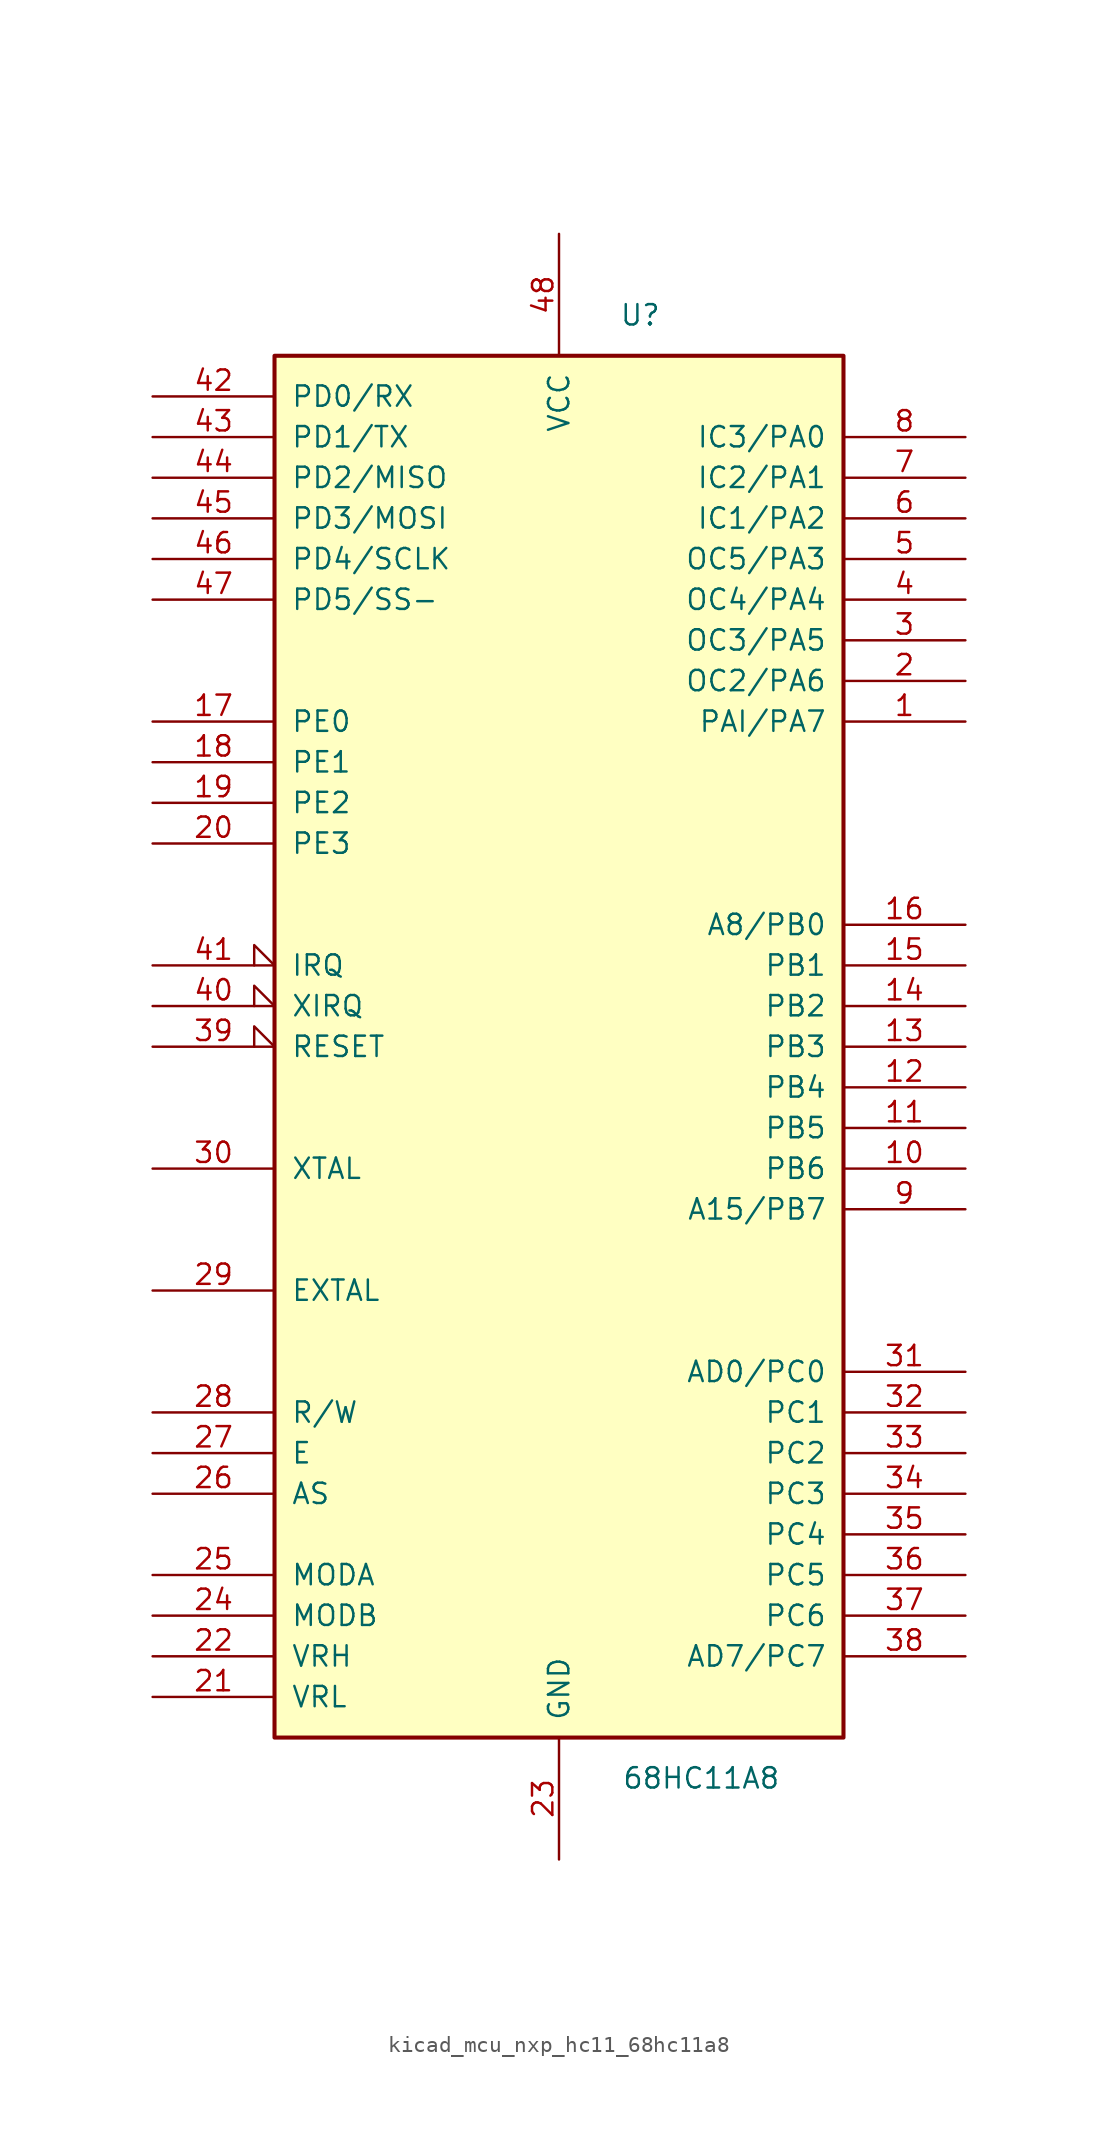
<source format=kicad_sym>
(kicad_symbol_lib
  (version 20220914)
  (generator kicad_symbol_editor)
  (symbol "kicad_mcu_nxp_hc11_68hc11a8"
    (pin_names
      (offset 1.016))
    (property "Reference" "U"
      (at 5.08 45.72 0)
      (effects (font (size 1.27 1.27))))
    (property "Value" "68HC11A8"
      (at 8.89 -45.72 0)
      (effects (font (size 1.27 1.27))))
    (symbol "kicad_mcu_nxp_hc11_68hc11a8_0_1"
      (rectangle (start -17.78 -43.18) (end 17.78 43.18) (stroke (width 0.254) (type default)) (fill (type background))))
    (symbol "kicad_mcu_nxp_hc11_68hc11a8_1_1"
      (pin input line (at 25.4 20.32 180) (length 7.62) (name "PAI/PA7" (effects (font (size 1.27 1.27)))) (number "1" (effects (font (size 1.27 1.27)))))
      (pin output line (at 25.4 -7.62 180) (length 7.62) (name "PB6" (effects (font (size 1.27 1.27)))) (number "10" (effects (font (size 1.27 1.27)))))
      (pin output line (at 25.4 -5.08 180) (length 7.62) (name "PB5" (effects (font (size 1.27 1.27)))) (number "11" (effects (font (size 1.27 1.27)))))
      (pin output line (at 25.4 -2.54 180) (length 7.62) (name "PB4" (effects (font (size 1.27 1.27)))) (number "12" (effects (font (size 1.27 1.27)))))
      (pin output line (at 25.4 0 180) (length 7.62) (name "PB3" (effects (font (size 1.27 1.27)))) (number "13" (effects (font (size 1.27 1.27)))))
      (pin output line (at 25.4 2.54 180) (length 7.62) (name "PB2" (effects (font (size 1.27 1.27)))) (number "14" (effects (font (size 1.27 1.27)))))
      (pin output line (at 25.4 5.08 180) (length 7.62) (name "PB1" (effects (font (size 1.27 1.27)))) (number "15" (effects (font (size 1.27 1.27)))))
      (pin output line (at 25.4 7.62 180) (length 7.62) (name "A8/PB0" (effects (font (size 1.27 1.27)))) (number "16" (effects (font (size 1.27 1.27)))))
      (pin input line (at -25.4 20.32 0) (length 7.62) (name "PE0" (effects (font (size 1.27 1.27)))) (number "17" (effects (font (size 1.27 1.27)))))
      (pin input line (at -25.4 17.78 0) (length 7.62) (name "PE1" (effects (font (size 1.27 1.27)))) (number "18" (effects (font (size 1.27 1.27)))))
      (pin input line (at -25.4 15.24 0) (length 7.62) (name "PE2" (effects (font (size 1.27 1.27)))) (number "19" (effects (font (size 1.27 1.27)))))
      (pin output line (at 25.4 22.86 180) (length 7.62) (name "OC2/PA6" (effects (font (size 1.27 1.27)))) (number "2" (effects (font (size 1.27 1.27)))))
      (pin input line (at -25.4 12.7 0) (length 7.62) (name "PE3" (effects (font (size 1.27 1.27)))) (number "20" (effects (font (size 1.27 1.27)))))
      (pin passive line (at -25.4 -40.64 0) (length 7.62) (name "VRL" (effects (font (size 1.27 1.27)))) (number "21" (effects (font (size 1.27 1.27)))))
      (pin passive line (at -25.4 -38.1 0) (length 7.62) (name "VRH" (effects (font (size 1.27 1.27)))) (number "22" (effects (font (size 1.27 1.27)))))
      (pin power_in line (at 0 -50.8 90) (length 7.62) (name "GND" (effects (font (size 1.27 1.27)))) (number "23" (effects (font (size 1.27 1.27)))))
      (pin input line (at -25.4 -35.56 0) (length 7.62) (name "MODB" (effects (font (size 1.27 1.27)))) (number "24" (effects (font (size 1.27 1.27)))))
      (pin input line (at -25.4 -33.02 0) (length 7.62) (name "MODA" (effects (font (size 1.27 1.27)))) (number "25" (effects (font (size 1.27 1.27)))))
      (pin output line (at -25.4 -27.94 0) (length 7.62) (name "AS" (effects (font (size 1.27 1.27)))) (number "26" (effects (font (size 1.27 1.27)))))
      (pin output line (at -25.4 -25.4 0) (length 7.62) (name "E" (effects (font (size 1.27 1.27)))) (number "27" (effects (font (size 1.27 1.27)))))
      (pin output line (at -25.4 -22.86 0) (length 7.62) (name "R/W" (effects (font (size 1.27 1.27)))) (number "28" (effects (font (size 1.27 1.27)))))
      (pin input line (at -25.4 -15.24 0) (length 7.62) (name "EXTAL" (effects (font (size 1.27 1.27)))) (number "29" (effects (font (size 1.27 1.27)))))
      (pin output line (at 25.4 25.4 180) (length 7.62) (name "OC3/PA5" (effects (font (size 1.27 1.27)))) (number "3" (effects (font (size 1.27 1.27)))))
      (pin output line (at -25.4 -7.62 0) (length 7.62) (name "XTAL" (effects (font (size 1.27 1.27)))) (number "30" (effects (font (size 1.27 1.27)))))
      (pin tri_state line (at 25.4 -20.32 180) (length 7.62) (name "AD0/PC0" (effects (font (size 1.27 1.27)))) (number "31" (effects (font (size 1.27 1.27)))))
      (pin tri_state line (at 25.4 -22.86 180) (length 7.62) (name "PC1" (effects (font (size 1.27 1.27)))) (number "32" (effects (font (size 1.27 1.27)))))
      (pin tri_state line (at 25.4 -25.4 180) (length 7.62) (name "PC2" (effects (font (size 1.27 1.27)))) (number "33" (effects (font (size 1.27 1.27)))))
      (pin tri_state line (at 25.4 -27.94 180) (length 7.62) (name "PC3" (effects (font (size 1.27 1.27)))) (number "34" (effects (font (size 1.27 1.27)))))
      (pin tri_state line (at 25.4 -30.48 180) (length 7.62) (name "PC4" (effects (font (size 1.27 1.27)))) (number "35" (effects (font (size 1.27 1.27)))))
      (pin tri_state line (at 25.4 -33.02 180) (length 7.62) (name "PC5" (effects (font (size 1.27 1.27)))) (number "36" (effects (font (size 1.27 1.27)))))
      (pin tri_state line (at 25.4 -35.56 180) (length 7.62) (name "PC6" (effects (font (size 1.27 1.27)))) (number "37" (effects (font (size 1.27 1.27)))))
      (pin tri_state line (at 25.4 -38.1 180) (length 7.62) (name "AD7/PC7" (effects (font (size 1.27 1.27)))) (number "38" (effects (font (size 1.27 1.27)))))
      (pin input input_low (at -25.4 0 0) (length 7.62) (name "RESET" (effects (font (size 1.27 1.27)))) (number "39" (effects (font (size 1.27 1.27)))))
      (pin output line (at 25.4 27.94 180) (length 7.62) (name "OC4/PA4" (effects (font (size 1.27 1.27)))) (number "4" (effects (font (size 1.27 1.27)))))
      (pin input input_low (at -25.4 2.54 0) (length 7.62) (name "XIRQ" (effects (font (size 1.27 1.27)))) (number "40" (effects (font (size 1.27 1.27)))))
      (pin input input_low (at -25.4 5.08 0) (length 7.62) (name "IRQ" (effects (font (size 1.27 1.27)))) (number "41" (effects (font (size 1.27 1.27)))))
      (pin input line (at -25.4 40.64 0) (length 7.62) (name "PD0/RX" (effects (font (size 1.27 1.27)))) (number "42" (effects (font (size 1.27 1.27)))))
      (pin input line (at -25.4 38.1 0) (length 7.62) (name "PD1/TX" (effects (font (size 1.27 1.27)))) (number "43" (effects (font (size 1.27 1.27)))))
      (pin input line (at -25.4 35.56 0) (length 7.62) (name "PD2/MISO" (effects (font (size 1.27 1.27)))) (number "44" (effects (font (size 1.27 1.27)))))
      (pin input line (at -25.4 33.02 0) (length 7.62) (name "PD3/MOSI" (effects (font (size 1.27 1.27)))) (number "45" (effects (font (size 1.27 1.27)))))
      (pin input line (at -25.4 30.48 0) (length 7.62) (name "PD4/SCLK" (effects (font (size 1.27 1.27)))) (number "46" (effects (font (size 1.27 1.27)))))
      (pin input line (at -25.4 27.94 0) (length 7.62) (name "PD5/SS-" (effects (font (size 1.27 1.27)))) (number "47" (effects (font (size 1.27 1.27)))))
      (pin power_in line (at 0 50.8 270) (length 7.62) (name "VCC" (effects (font (size 1.27 1.27)))) (number "48" (effects (font (size 1.27 1.27)))))
      (pin output line (at 25.4 30.48 180) (length 7.62) (name "OC5/PA3" (effects (font (size 1.27 1.27)))) (number "5" (effects (font (size 1.27 1.27)))))
      (pin input line (at 25.4 33.02 180) (length 7.62) (name "IC1/PA2" (effects (font (size 1.27 1.27)))) (number "6" (effects (font (size 1.27 1.27)))))
      (pin input line (at 25.4 35.56 180) (length 7.62) (name "IC2/PA1" (effects (font (size 1.27 1.27)))) (number "7" (effects (font (size 1.27 1.27)))))
      (pin input line (at 25.4 38.1 180) (length 7.62) (name "IC3/PA0" (effects (font (size 1.27 1.27)))) (number "8" (effects (font (size 1.27 1.27)))))
      (pin output line (at 25.4 -10.16 180) (length 7.62) (name "A15/PB7" (effects (font (size 1.27 1.27)))) (number "9" (effects (font (size 1.27 1.27))))))))
</source>
